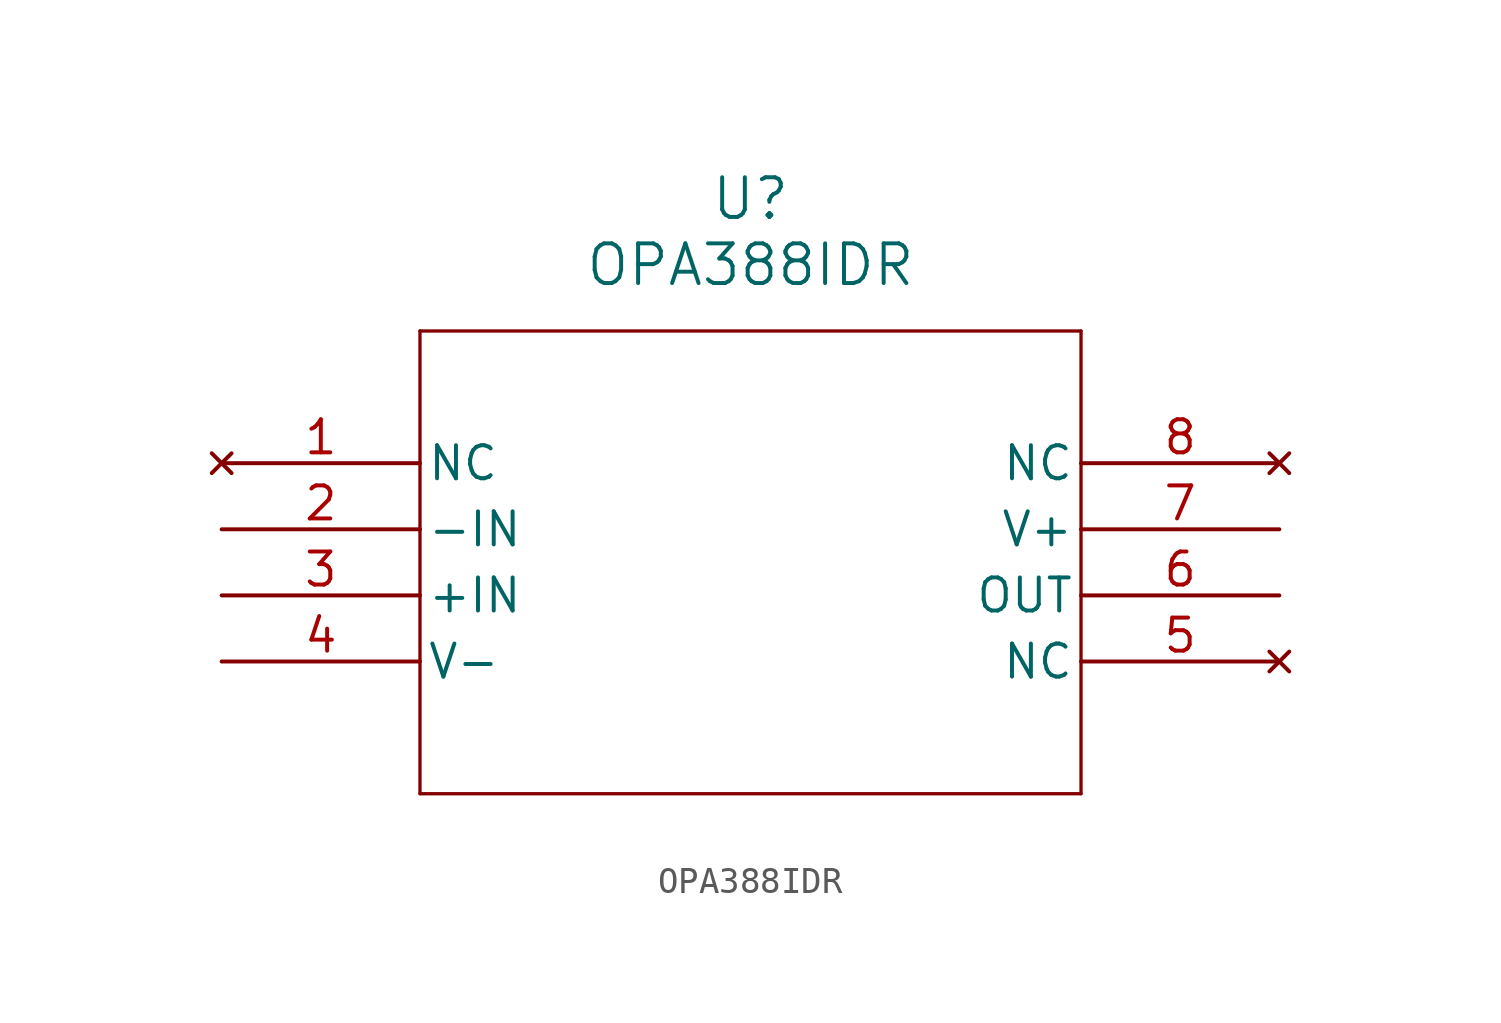
<source format=kicad_sym>
(kicad_symbol_lib
  (version 20211014)
  (generator kicad_symbol_editor)
  (symbol "OPA388IDR"
    (pin_names
      (offset 0.254))
    (property "Reference" "U"
      (at 20.32 10.16 0)
      (effects (font (size 1.524 1.524))))
    (property "Value" "OPA388IDR"
      (at 20.32 7.62 0)
      (effects (font (size 1.524 1.524))))
    (symbol "OPA388IDR_0_1"
      (polyline (pts (xy 7.62 5.08) (xy 7.62 -12.7)) (stroke (width 0.127) (type default) (color 0 0 0 0)) (fill (type none)))
      (polyline (pts (xy 7.62 -12.7) (xy 33.02 -12.7)) (stroke (width 0.127) (type default) (color 0 0 0 0)) (fill (type none)))
      (polyline (pts (xy 33.02 -12.7) (xy 33.02 5.08)) (stroke (width 0.127) (type default) (color 0 0 0 0)) (fill (type none)))
      (polyline (pts (xy 33.02 5.08) (xy 7.62 5.08)) (stroke (width 0.127) (type default) (color 0 0 0 0)) (fill (type none)))
      (pin no_connect line (at 0 0 0) (length 7.62) (name "NC" (effects (font (size 1.27 1.27)))) (number "1" (effects (font (size 1.27 1.27)))))
      (pin input line (at 0 -2.54 0) (length 7.62) (name "-IN" (effects (font (size 1.27 1.27)))) (number "2" (effects (font (size 1.27 1.27)))))
      (pin input line (at 0 -5.08 0) (length 7.62) (name "+IN" (effects (font (size 1.27 1.27)))) (number "3" (effects (font (size 1.27 1.27)))))
      (pin power_in line (at 0 -7.62 0) (length 7.62) (name "V-" (effects (font (size 1.27 1.27)))) (number "4" (effects (font (size 1.27 1.27)))))
      (pin no_connect line (at 40.64 -7.62 180) (length 7.62) (name "NC" (effects (font (size 1.27 1.27)))) (number "5" (effects (font (size 1.27 1.27)))))
      (pin output line (at 40.64 -5.08 180) (length 7.62) (name "OUT" (effects (font (size 1.27 1.27)))) (number "6" (effects (font (size 1.27 1.27)))))
      (pin power_in line (at 40.64 -2.54 180) (length 7.62) (name "V+" (effects (font (size 1.27 1.27)))) (number "7" (effects (font (size 1.27 1.27)))))
      (pin no_connect line (at 40.64 0 180) (length 7.62) (name "NC" (effects (font (size 1.27 1.27)))) (number "8" (effects (font (size 1.27 1.27))))))))
</source>
